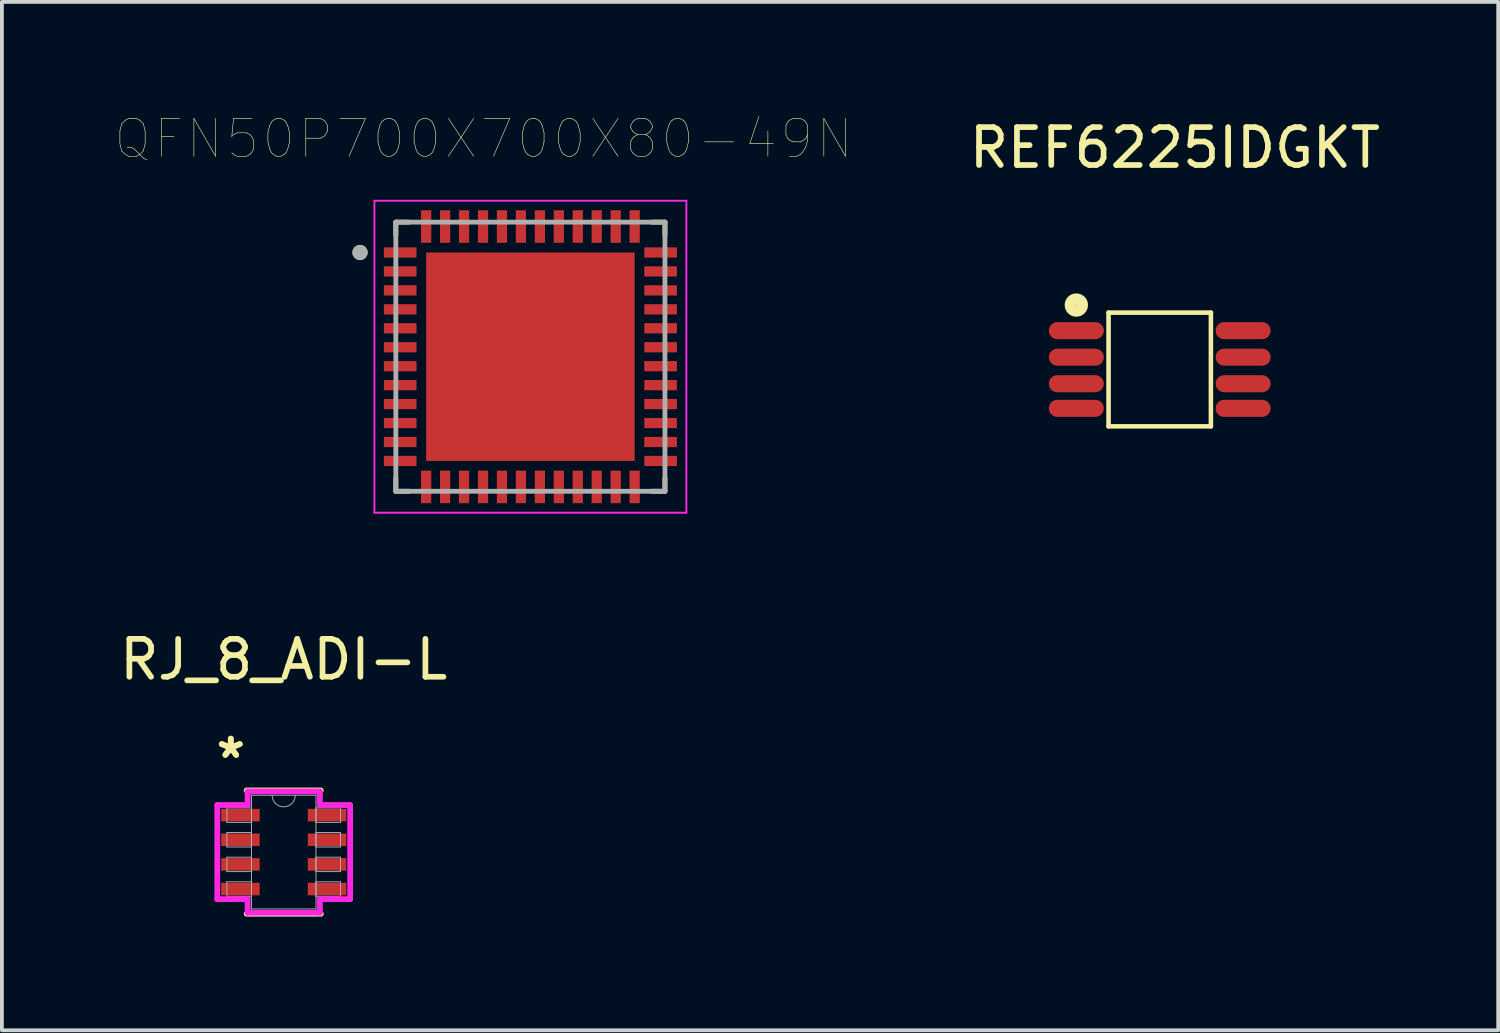
<source format=kicad_pcb>
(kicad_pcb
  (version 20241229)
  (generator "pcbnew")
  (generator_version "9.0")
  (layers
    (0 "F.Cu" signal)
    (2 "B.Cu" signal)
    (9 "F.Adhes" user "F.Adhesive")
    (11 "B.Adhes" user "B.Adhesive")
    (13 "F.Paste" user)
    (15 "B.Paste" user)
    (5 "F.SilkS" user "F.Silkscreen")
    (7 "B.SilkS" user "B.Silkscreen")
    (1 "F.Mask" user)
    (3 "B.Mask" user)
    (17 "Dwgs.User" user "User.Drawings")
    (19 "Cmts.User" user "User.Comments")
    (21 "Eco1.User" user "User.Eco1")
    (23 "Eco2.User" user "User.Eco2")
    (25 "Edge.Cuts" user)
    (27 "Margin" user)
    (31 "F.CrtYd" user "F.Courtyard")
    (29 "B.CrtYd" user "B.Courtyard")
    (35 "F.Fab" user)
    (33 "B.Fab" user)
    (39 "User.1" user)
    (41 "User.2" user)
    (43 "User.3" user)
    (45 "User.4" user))
  (footprint "RJ_8_ADI-L"
    (layer "F.Cu")
    (at 4.435 19.43)
    (property "Reference" "RJ_8_ADI-L" (at 0 -5.08 0) (unlocked yes) (layer "F.SilkS") (effects (font (size 1 1) (thickness 0.15))))
    (attr smd)
    (fp_line (start -0.978 1.626) (end 0.978 1.626) (stroke (width 0.152) (type solid)) (layer "F.SilkS"))
    (fp_line (start 0.978 -1.626) (end -0.978 -1.626) (stroke (width 0.152) (type solid)) (layer "F.SilkS"))
    (fp_line (start -1.753 -1.242) (end -0.953 -1.242) (stroke (width 0.152) (type solid)) (layer "F.CrtYd"))
    (fp_line (start -1.753 1.242) (end -1.753 -1.242) (stroke (width 0.152) (type solid)) (layer "F.CrtYd"))
    (fp_line (start -0.953 -1.6) (end 0.953 -1.6) (stroke (width 0.152) (type solid)) (layer "F.CrtYd"))
    (fp_line (start -0.953 -1.242) (end -0.953 -1.6) (stroke (width 0.152) (type solid)) (layer "F.CrtYd"))
    (fp_line (start -0.953 1.242) (end -1.753 1.242) (stroke (width 0.152) (type solid)) (layer "F.CrtYd"))
    (fp_line (start -0.953 1.6) (end -0.953 1.242) (stroke (width 0.152) (type solid)) (layer "F.CrtYd"))
    (fp_line (start 0.953 -1.6) (end 0.953 -1.242) (stroke (width 0.152) (type solid)) (layer "F.CrtYd"))
    (fp_line (start 0.953 -1.242) (end 1.753 -1.242) (stroke (width 0.152) (type solid)) (layer "F.CrtYd"))
    (fp_line (start 0.953 1.242) (end 0.953 1.6) (stroke (width 0.152) (type solid)) (layer "F.CrtYd"))
    (fp_line (start 0.953 1.6) (end -0.953 1.6) (stroke (width 0.152) (type solid)) (layer "F.CrtYd"))
    (fp_line (start 1.753 -1.242) (end 1.753 1.242) (stroke (width 0.152) (type solid)) (layer "F.CrtYd"))
    (fp_line (start 1.753 1.242) (end 0.953 1.242) (stroke (width 0.152) (type solid)) (layer "F.CrtYd"))
    (fp_line (start -1.499 -1.165) (end -1.499 -0.784) (stroke (width 0.025) (type solid)) (layer "F.Fab"))
    (fp_line (start -1.499 -0.784) (end -0.851 -0.784) (stroke (width 0.025) (type solid)) (layer "F.Fab"))
    (fp_line (start -1.499 -0.515) (end -1.499 -0.135) (stroke (width 0.025) (type solid)) (layer "F.Fab"))
    (fp_line (start -1.499 -0.135) (end -0.851 -0.135) (stroke (width 0.025) (type solid)) (layer "F.Fab"))
    (fp_line (start -1.499 0.135) (end -1.499 0.515) (stroke (width 0.025) (type solid)) (layer "F.Fab"))
    (fp_line (start -1.499 0.515) (end -0.851 0.515) (stroke (width 0.025) (type solid)) (layer "F.Fab"))
    (fp_line (start -1.499 0.784) (end -1.499 1.165) (stroke (width 0.025) (type solid)) (layer "F.Fab"))
    (fp_line (start -1.499 1.165) (end -0.851 1.165) (stroke (width 0.025) (type solid)) (layer "F.Fab"))
    (fp_line (start -0.851 -1.499) (end -0.851 1.499) (stroke (width 0.025) (type solid)) (layer "F.Fab"))
    (fp_line (start -0.851 -1.165) (end -1.499 -1.165) (stroke (width 0.025) (type solid)) (layer "F.Fab"))
    (fp_line (start -0.851 -0.784) (end -0.851 -1.165) (stroke (width 0.025) (type solid)) (layer "F.Fab"))
    (fp_line (start -0.851 -0.515) (end -1.499 -0.515) (stroke (width 0.025) (type solid)) (layer "F.Fab"))
    (fp_line (start -0.851 -0.135) (end -0.851 -0.515) (stroke (width 0.025) (type solid)) (layer "F.Fab"))
    (fp_line (start -0.851 0.135) (end -1.499 0.135) (stroke (width 0.025) (type solid)) (layer "F.Fab"))
    (fp_line (start -0.851 0.515) (end -0.851 0.135) (stroke (width 0.025) (type solid)) (layer "F.Fab"))
    (fp_line (start -0.851 0.784) (end -1.499 0.784) (stroke (width 0.025) (type solid)) (layer "F.Fab"))
    (fp_line (start -0.851 1.165) (end -0.851 0.784) (stroke (width 0.025) (type solid)) (layer "F.Fab"))
    (fp_line (start -0.851 1.499) (end 0.851 1.499) (stroke (width 0.025) (type solid)) (layer "F.Fab"))
    (fp_line (start 0.851 -1.499) (end -0.851 -1.499) (stroke (width 0.025) (type solid)) (layer "F.Fab"))
    (fp_line (start 0.851 -1.165) (end 0.851 -0.784) (stroke (width 0.025) (type solid)) (layer "F.Fab"))
    (fp_line (start 0.851 -0.784) (end 1.499 -0.784) (stroke (width 0.025) (type solid)) (layer "F.Fab"))
    (fp_line (start 0.851 -0.515) (end 0.851 -0.135) (stroke (width 0.025) (type solid)) (layer "F.Fab"))
    (fp_line (start 0.851 -0.135) (end 1.499 -0.135) (stroke (width 0.025) (type solid)) (layer "F.Fab"))
    (fp_line (start 0.851 0.135) (end 0.851 0.515) (stroke (width 0.025) (type solid)) (layer "F.Fab"))
    (fp_line (start 0.851 0.515) (end 1.499 0.515) (stroke (width 0.025) (type solid)) (layer "F.Fab"))
    (fp_line (start 0.851 0.784) (end 0.851 1.165) (stroke (width 0.025) (type solid)) (layer "F.Fab"))
    (fp_line (start 0.851 1.165) (end 1.499 1.165) (stroke (width 0.025) (type solid)) (layer "F.Fab"))
    (fp_line (start 0.851 1.499) (end 0.851 -1.499) (stroke (width 0.025) (type solid)) (layer "F.Fab"))
    (fp_line (start 1.499 -1.165) (end 0.851 -1.165) (stroke (width 0.025) (type solid)) (layer "F.Fab"))
    (fp_line (start 1.499 -0.784) (end 1.499 -1.165) (stroke (width 0.025) (type solid)) (layer "F.Fab"))
    (fp_line (start 1.499 -0.515) (end 0.851 -0.515) (stroke (width 0.025) (type solid)) (layer "F.Fab"))
    (fp_line (start 1.499 -0.135) (end 1.499 -0.515) (stroke (width 0.025) (type solid)) (layer "F.Fab"))
    (fp_line (start 1.499 0.135) (end 0.851 0.135) (stroke (width 0.025) (type solid)) (layer "F.Fab"))
    (fp_line (start 1.499 0.515) (end 1.499 0.135) (stroke (width 0.025) (type solid)) (layer "F.Fab"))
    (fp_line (start 1.499 0.784) (end 0.851 0.784) (stroke (width 0.025) (type solid)) (layer "F.Fab"))
    (fp_line (start 1.499 1.165) (end 1.499 0.784) (stroke (width 0.025) (type solid)) (layer "F.Fab"))
    (fp_arc (start 0.3048 -1.4986) (mid 0 -1.1938) (end -0.3048 -1.4986) (stroke (width 0.0254) (type solid)) (layer "F.Fab"))
    (fp_text user "*" (at -1.397 -2.448 0) (layer "F.SilkS") (effects (font (size 1 1) (thickness 0.15))))
    (fp_text user "*" (at -1.397 -2.448 0) (unlocked yes) (layer "F.SilkS") (effects (font (size 1 1) (thickness 0.15))))
    (pad "1" smd rect (at -1.143 -0.975) (size 1.016 0.33) (layers "F.Cu" "F.Mask" "F.Paste"))
    (pad "2" smd rect (at -1.143 -0.325) (size 1.016 0.33) (layers "F.Cu" "F.Mask" "F.Paste"))
    (pad "3" smd rect (at -1.143 0.325) (size 1.016 0.33) (layers "F.Cu" "F.Mask" "F.Paste"))
    (pad "4" smd rect (at -1.143 0.975) (size 1.016 0.33) (layers "F.Cu" "F.Mask" "F.Paste"))
    (pad "5" smd rect (at 1.143 0.975) (size 1.016 0.33) (layers "F.Cu" "F.Mask" "F.Paste"))
    (pad "6" smd rect (at 1.143 0.325) (size 1.016 0.33) (layers "F.Cu" "F.Mask" "F.Paste"))
    (pad "7" smd rect (at 1.143 -0.325) (size 1.016 0.33) (layers "F.Cu" "F.Mask" "F.Paste"))
    (pad "8" smd rect (at 1.143 -0.975) (size 1.016 0.33) (layers "F.Cu" "F.Mask" "F.Paste")))
  (footprint "REF6225IDGKT"
    (layer "F.Cu")
    (at 27.546 6.698)
    (property "Reference" "REF6225IDGKT" (at 0.4 -5.85 0) (layer "F.SilkS") (effects (font (size 1 1) (thickness 0.15))))
    (attr through_hole)
    (fp_line (start -1.35 -1.5) (end -1.35 1.5) (stroke (width 0.12) (type solid)) (layer "F.SilkS"))
    (fp_line (start -1.35 1.5) (end 1.35 1.5) (stroke (width 0.12) (type solid)) (layer "F.SilkS"))
    (fp_line (start 1.35 -1.5) (end -1.35 -1.5) (stroke (width 0.12) (type solid)) (layer "F.SilkS"))
    (fp_line (start 1.35 1.5) (end 1.35 -1.5) (stroke (width 0.12) (type solid)) (layer "F.SilkS"))
    (fp_circle (center -2.2 -1.7) (end -2.042 -1.7) (stroke (width 0.3) (type solid)) (fill no) (layer "F.SilkS"))
    (pad "1" smd oval (at -2.2 -1.025 90) (size 0.45 1.45) (layers "F.Cu" "F.Mask" "F.Paste"))
    (pad "2" smd oval (at -2.2 -0.325 90) (size 0.45 1.45) (layers "F.Cu" "F.Mask" "F.Paste"))
    (pad "3" smd oval (at -2.2 0.375 90) (size 0.45 1.45) (layers "F.Cu" "F.Mask" "F.Paste"))
    (pad "4" smd oval (at -2.2 1.025 90) (size 0.45 1.45) (layers "F.Cu" "F.Mask" "F.Paste"))
    (pad "5" smd oval (at 2.2 1.025 90) (size 0.45 1.45) (layers "F.Cu" "F.Mask" "F.Paste"))
    (pad "6" smd oval (at 2.2 0.375 90) (size 0.45 1.45) (layers "F.Cu" "F.Mask" "F.Paste"))
    (pad "7" smd oval (at 2.2 -0.325 90) (size 0.45 1.45) (layers "F.Cu" "F.Mask" "F.Paste"))
    (pad "8" smd oval (at 2.2 -1.025 90) (size 0.45 1.45) (layers "F.Cu" "F.Mask" "F.Paste")))
  (footprint "QFN50P700X700X80-49N"
    (layer "F.Cu")
    (at 10.943 6.361)
    (property "Reference" "QFN50P700X700X80-49N" (at -1.235 -5.75 0) (layer "F.SilkS") (effects (font (size 1 1) (thickness 0.015))))
    (attr through_hole)
    (fp_line (start -3.55 -3.55) (end -3.55 -3.205) (stroke (width 0.127) (type solid)) (layer "F.SilkS"))
    (fp_line (start -3.55 -3.55) (end -3.205 -3.55) (stroke (width 0.127) (type solid)) (layer "F.SilkS"))
    (fp_line (start -3.55 3.55) (end -3.55 3.205) (stroke (width 0.127) (type solid)) (layer "F.SilkS"))
    (fp_line (start -3.55 3.55) (end -3.205 3.55) (stroke (width 0.127) (type solid)) (layer "F.SilkS"))
    (fp_line (start 3.55 -3.55) (end 3.205 -3.55) (stroke (width 0.127) (type solid)) (layer "F.SilkS"))
    (fp_line (start 3.55 -3.55) (end 3.55 -3.205) (stroke (width 0.127) (type solid)) (layer "F.SilkS"))
    (fp_line (start 3.55 3.55) (end 3.205 3.55) (stroke (width 0.127) (type solid)) (layer "F.SilkS"))
    (fp_line (start 3.55 3.55) (end 3.55 3.205) (stroke (width 0.127) (type solid)) (layer "F.SilkS"))
    (fp_circle (center -4.495 -2.75) (end -4.395 -2.75) (stroke (width 0.2) (type solid)) (fill no) (layer "F.SilkS"))
    (fp_poly (pts (xy -2.245 -2.245) (xy -0.505 -2.245) (xy -0.505 -0.505) (xy -2.245 -0.505)) (stroke (width 0.01) (type solid)) (fill yes) (layer "F.Paste"))
    (fp_poly (pts (xy -2.245 0.505) (xy -0.505 0.505) (xy -0.505 2.245) (xy -2.245 2.245)) (stroke (width 0.01) (type solid)) (fill yes) (layer "F.Paste"))
    (fp_poly (pts (xy 0.505 -2.245) (xy 2.245 -2.245) (xy 2.245 -0.505) (xy 0.505 -0.505)) (stroke (width 0.01) (type solid)) (fill yes) (layer "F.Paste"))
    (fp_poly (pts (xy 0.505 0.505) (xy 2.245 0.505) (xy 2.245 2.245) (xy 0.505 2.245)) (stroke (width 0.01) (type solid)) (fill yes) (layer "F.Paste"))
    (fp_line (start -4.115 -4.115) (end 4.115 -4.115) (stroke (width 0.05) (type solid)) (layer "F.CrtYd"))
    (fp_line (start -4.115 4.115) (end -4.115 -4.115) (stroke (width 0.05) (type solid)) (layer "F.CrtYd"))
    (fp_line (start -4.115 4.115) (end 4.115 4.115) (stroke (width 0.05) (type solid)) (layer "F.CrtYd"))
    (fp_line (start 4.115 4.115) (end 4.115 -4.115) (stroke (width 0.05) (type solid)) (layer "F.CrtYd"))
    (fp_line (start -3.55 3.55) (end -3.55 -3.55) (stroke (width 0.127) (type solid)) (layer "F.Fab"))
    (fp_line (start 3.55 -3.55) (end -3.55 -3.55) (stroke (width 0.127) (type solid)) (layer "F.Fab"))
    (fp_line (start 3.55 3.55) (end -3.55 3.55) (stroke (width 0.127) (type solid)) (layer "F.Fab"))
    (fp_line (start 3.55 3.55) (end 3.55 -3.55) (stroke (width 0.127) (type solid)) (layer "F.Fab"))
    (fp_circle (center -4.495 -2.75) (end -4.395 -2.75) (stroke (width 0.2) (type solid)) (fill no) (layer "F.Fab"))
    (pad "1" smd rect (at -3.435 -2.75) (size 0.86 0.27) (layers "F.Cu" "F.Mask" "F.Paste"))
    (pad "2" smd rect (at -3.435 -2.25) (size 0.86 0.27) (layers "F.Cu" "F.Mask" "F.Paste"))
    (pad "3" smd rect (at -3.435 -1.75) (size 0.86 0.27) (layers "F.Cu" "F.Mask" "F.Paste"))
    (pad "4" smd rect (at -3.435 -1.25) (size 0.86 0.27) (layers "F.Cu" "F.Mask" "F.Paste"))
    (pad "5" smd rect (at -3.435 -0.75) (size 0.86 0.27) (layers "F.Cu" "F.Mask" "F.Paste"))
    (pad "6" smd rect (at -3.435 -0.25) (size 0.86 0.27) (layers "F.Cu" "F.Mask" "F.Paste"))
    (pad "7" smd rect (at -3.435 0.25) (size 0.86 0.27) (layers "F.Cu" "F.Mask" "F.Paste"))
    (pad "8" smd rect (at -3.435 0.75) (size 0.86 0.27) (layers "F.Cu" "F.Mask" "F.Paste"))
    (pad "9" smd rect (at -3.435 1.25) (size 0.86 0.27) (layers "F.Cu" "F.Mask" "F.Paste"))
    (pad "10" smd rect (at -3.435 1.75) (size 0.86 0.27) (layers "F.Cu" "F.Mask" "F.Paste"))
    (pad "11" smd rect (at -3.435 2.25) (size 0.86 0.27) (layers "F.Cu" "F.Mask" "F.Paste"))
    (pad "12" smd rect (at -3.435 2.75) (size 0.86 0.27) (layers "F.Cu" "F.Mask" "F.Paste"))
    (pad "13" smd rect (at -2.75 3.435) (size 0.27 0.86) (layers "F.Cu" "F.Mask" "F.Paste"))
    (pad "14" smd rect (at -2.25 3.435) (size 0.27 0.86) (layers "F.Cu" "F.Mask" "F.Paste"))
    (pad "15" smd rect (at -1.75 3.435) (size 0.27 0.86) (layers "F.Cu" "F.Mask" "F.Paste"))
    (pad "16" smd rect (at -1.25 3.435) (size 0.27 0.86) (layers "F.Cu" "F.Mask" "F.Paste"))
    (pad "17" smd rect (at -0.75 3.435) (size 0.27 0.86) (layers "F.Cu" "F.Mask" "F.Paste"))
    (pad "18" smd rect (at -0.25 3.435) (size 0.27 0.86) (layers "F.Cu" "F.Mask" "F.Paste"))
    (pad "19" smd rect (at 0.25 3.435) (size 0.27 0.86) (layers "F.Cu" "F.Mask" "F.Paste"))
    (pad "20" smd rect (at 0.75 3.435) (size 0.27 0.86) (layers "F.Cu" "F.Mask" "F.Paste"))
    (pad "21" smd rect (at 1.25 3.435) (size 0.27 0.86) (layers "F.Cu" "F.Mask" "F.Paste"))
    (pad "22" smd rect (at 1.75 3.435) (size 0.27 0.86) (layers "F.Cu" "F.Mask" "F.Paste"))
    (pad "23" smd rect (at 2.25 3.435) (size 0.27 0.86) (layers "F.Cu" "F.Mask" "F.Paste"))
    (pad "24" smd rect (at 2.75 3.435) (size 0.27 0.86) (layers "F.Cu" "F.Mask" "F.Paste"))
    (pad "25" smd rect (at 3.435 2.75) (size 0.86 0.27) (layers "F.Cu" "F.Mask" "F.Paste"))
    (pad "26" smd rect (at 3.435 2.25) (size 0.86 0.27) (layers "F.Cu" "F.Mask" "F.Paste"))
    (pad "27" smd rect (at 3.435 1.75) (size 0.86 0.27) (layers "F.Cu" "F.Mask" "F.Paste"))
    (pad "28" smd rect (at 3.435 1.25) (size 0.86 0.27) (layers "F.Cu" "F.Mask" "F.Paste"))
    (pad "29" smd rect (at 3.435 0.75) (size 0.86 0.27) (layers "F.Cu" "F.Mask" "F.Paste"))
    (pad "30" smd rect (at 3.435 0.25) (size 0.86 0.27) (layers "F.Cu" "F.Mask" "F.Paste"))
    (pad "31" smd rect (at 3.435 -0.25) (size 0.86 0.27) (layers "F.Cu" "F.Mask" "F.Paste"))
    (pad "32" smd rect (at 3.435 -0.75) (size 0.86 0.27) (layers "F.Cu" "F.Mask" "F.Paste"))
    (pad "33" smd rect (at 3.435 -1.25) (size 0.86 0.27) (layers "F.Cu" "F.Mask" "F.Paste"))
    (pad "34" smd rect (at 3.435 -1.75) (size 0.86 0.27) (layers "F.Cu" "F.Mask" "F.Paste"))
    (pad "35" smd rect (at 3.435 -2.25) (size 0.86 0.27) (layers "F.Cu" "F.Mask" "F.Paste"))
    (pad "36" smd rect (at 3.435 -2.75) (size 0.86 0.27) (layers "F.Cu" "F.Mask" "F.Paste"))
    (pad "37" smd rect (at 2.75 -3.435) (size 0.27 0.86) (layers "F.Cu" "F.Mask" "F.Paste"))
    (pad "38" smd rect (at 2.25 -3.435) (size 0.27 0.86) (layers "F.Cu" "F.Mask" "F.Paste"))
    (pad "39" smd rect (at 1.75 -3.435) (size 0.27 0.86) (layers "F.Cu" "F.Mask" "F.Paste"))
    (pad "40" smd rect (at 1.25 -3.435) (size 0.27 0.86) (layers "F.Cu" "F.Mask" "F.Paste"))
    (pad "41" smd rect (at 0.75 -3.435) (size 0.27 0.86) (layers "F.Cu" "F.Mask" "F.Paste"))
    (pad "42" smd rect (at 0.25 -3.435) (size 0.27 0.86) (layers "F.Cu" "F.Mask" "F.Paste"))
    (pad "43" smd rect (at -0.25 -3.435) (size 0.27 0.86) (layers "F.Cu" "F.Mask" "F.Paste"))
    (pad "44" smd rect (at -0.75 -3.435) (size 0.27 0.86) (layers "F.Cu" "F.Mask" "F.Paste"))
    (pad "45" smd rect (at -1.25 -3.435) (size 0.27 0.86) (layers "F.Cu" "F.Mask" "F.Paste"))
    (pad "46" smd rect (at -1.75 -3.435) (size 0.27 0.86) (layers "F.Cu" "F.Mask" "F.Paste"))
    (pad "47" smd rect (at -2.25 -3.435) (size 0.27 0.86) (layers "F.Cu" "F.Mask" "F.Paste"))
    (pad "48" smd rect (at -2.75 -3.435) (size 0.27 0.86) (layers "F.Cu" "F.Mask" "F.Paste"))
    (pad "49" smd rect (at 0 0) (size 5.5 5.5) (layers "F.Cu" "F.Mask")))
  (gr_rect
    (start -3 -3)
    (end 36.476 24.131)
    (stroke (width 0.1) (type default))
    (fill no)
    (layer "Edge.Cuts")))
</source>
